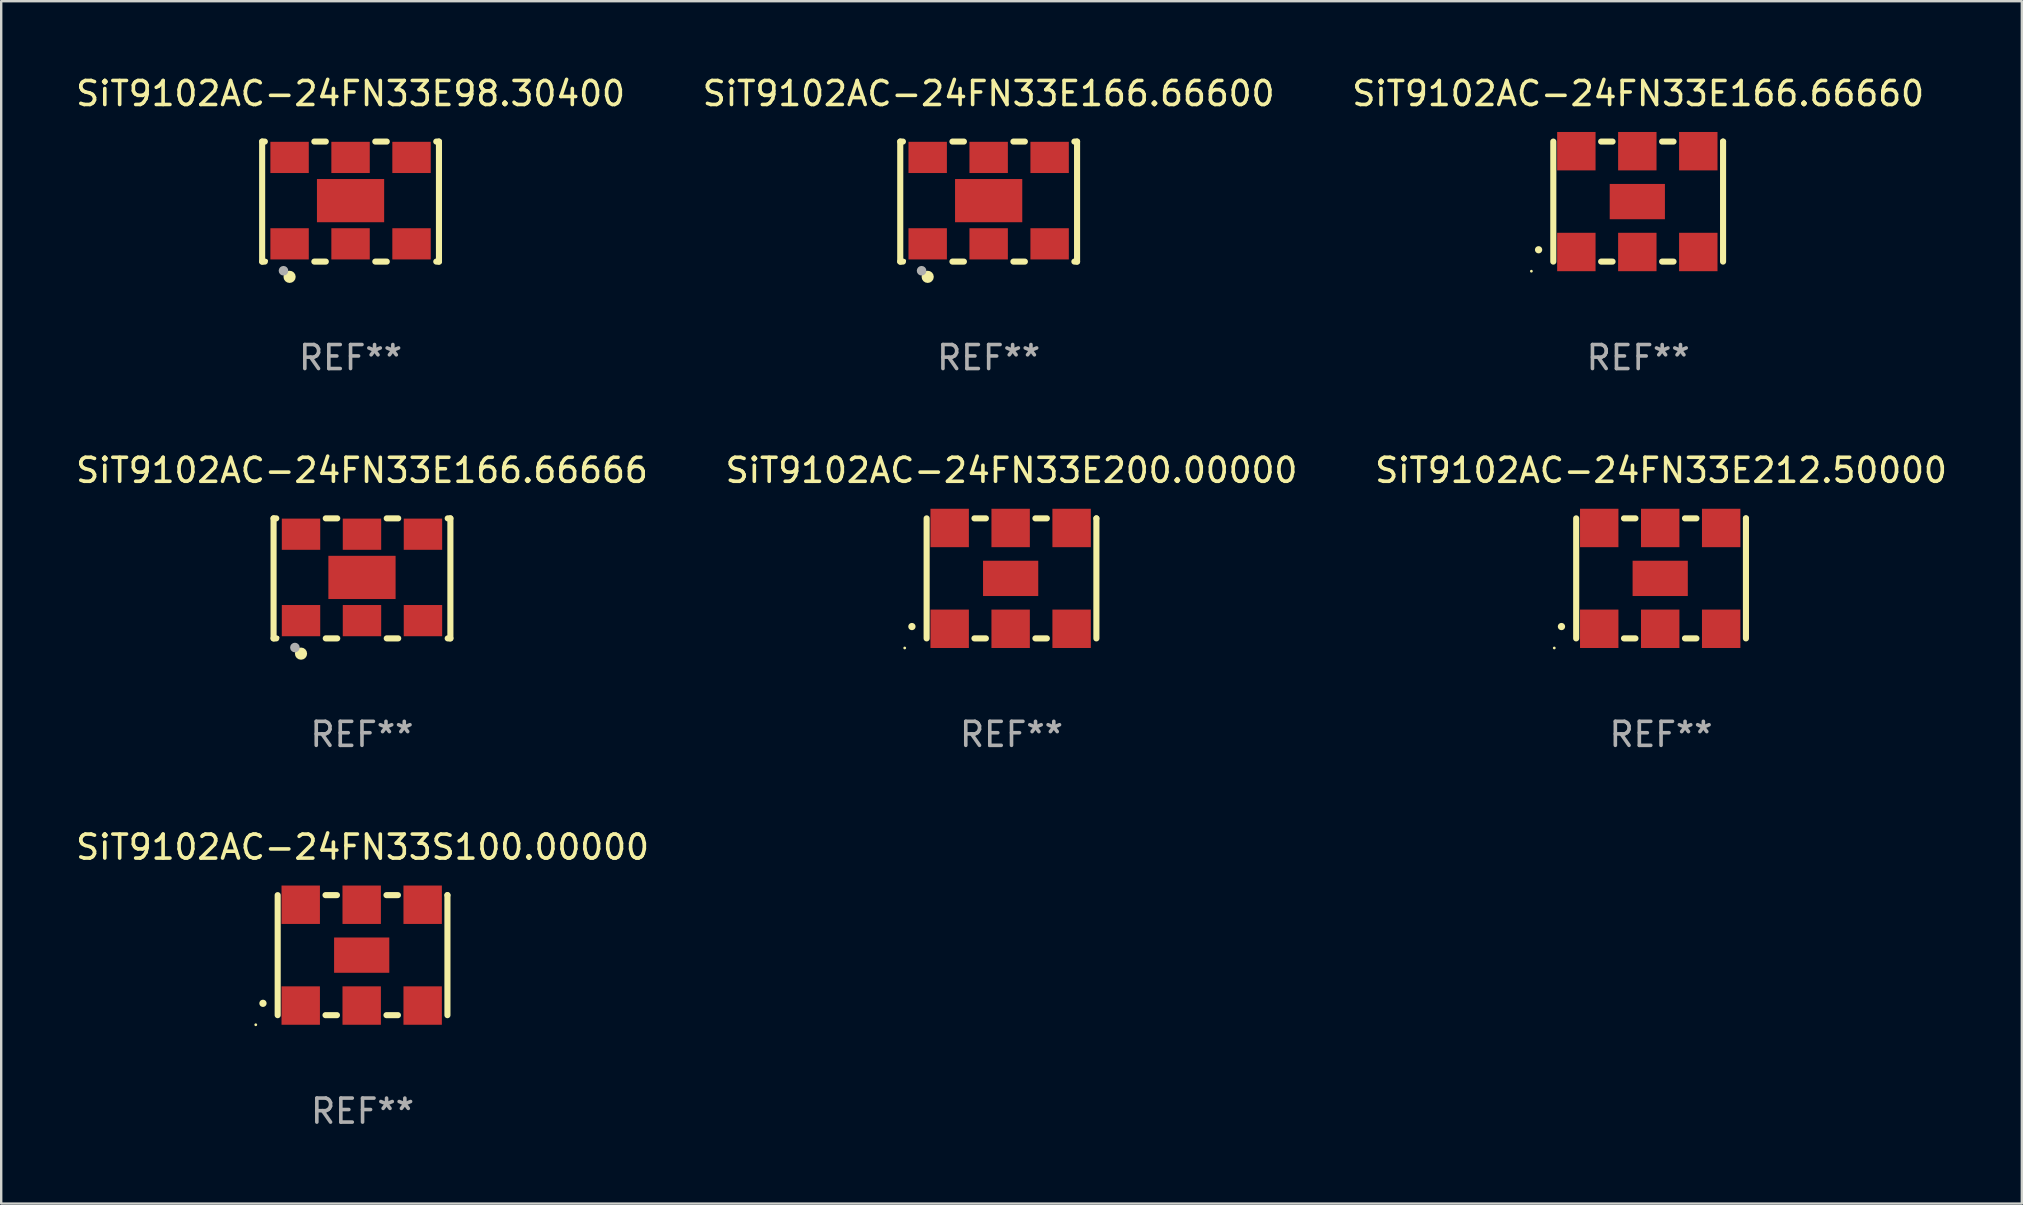
<source format=kicad_pcb>
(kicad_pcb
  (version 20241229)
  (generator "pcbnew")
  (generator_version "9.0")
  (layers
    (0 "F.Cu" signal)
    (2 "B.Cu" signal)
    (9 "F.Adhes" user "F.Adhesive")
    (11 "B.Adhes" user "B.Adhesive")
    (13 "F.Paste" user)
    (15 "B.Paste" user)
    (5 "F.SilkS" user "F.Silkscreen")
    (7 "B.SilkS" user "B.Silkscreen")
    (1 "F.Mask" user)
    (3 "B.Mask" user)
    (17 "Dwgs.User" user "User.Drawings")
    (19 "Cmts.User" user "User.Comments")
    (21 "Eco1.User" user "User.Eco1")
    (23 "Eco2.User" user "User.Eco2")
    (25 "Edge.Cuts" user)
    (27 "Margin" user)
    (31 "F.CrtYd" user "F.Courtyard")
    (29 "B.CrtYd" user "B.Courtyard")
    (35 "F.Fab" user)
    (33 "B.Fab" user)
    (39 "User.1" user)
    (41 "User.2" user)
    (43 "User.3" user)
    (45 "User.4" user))
  (footprint "SiT9102AC-24FN33E166.66660"
    (layer "F.Cu")
    (at 65.196 5.348)
    (property "Reference" "SiT9102AC-24FN33E166.66660" (at 0 -4.5 0) (layer "F.SilkS") (effects (font (size 1 1) (thickness 0.15))))
    (attr through_hole)
    (fp_line (start -3.536 -2.5) (end -3.536 2.5) (stroke (width 0.254) (type solid)) (layer "F.SilkS"))
    (fp_line (start -1.544 2.5) (end -1.067 2.5) (stroke (width 0.254) (type solid)) (layer "F.SilkS"))
    (fp_line (start -1.067 -2.5) (end -1.544 -2.5) (stroke (width 0.254) (type solid)) (layer "F.SilkS"))
    (fp_line (start 0.996 2.5) (end 1.473 2.5) (stroke (width 0.254) (type solid)) (layer "F.SilkS"))
    (fp_line (start 1.473 -2.5) (end 0.996 -2.5) (stroke (width 0.254) (type solid)) (layer "F.SilkS"))
    (fp_line (start 3.536 -2.5) (end 3.536 -2.5) (stroke (width 0.254) (type solid)) (layer "F.SilkS"))
    (fp_line (start 3.536 2.5) (end 3.536 -2.5) (stroke (width 0.254) (type solid)) (layer "F.SilkS"))
    (fp_arc (start -4.150432 2.006604) (mid -4.149162 2.006599) (end -4.147892 2.006604) (stroke (width 0.3) (type solid)) (layer "F.SilkS"))
    (fp_circle (center -4.449 2.9) (end -4.419 2.9) (stroke (width 0.06) (type solid)) (fill no) (layer "F.SilkS"))
    (fp_text user "REF**" (at 0 6.5 0) (layer "F.Fab") (effects (font (size 1 1) (thickness 0.15))))
    (pad "1" smd rect (at -2.576 2.1) (size 1.6 1.6) (layers "F.Cu" "F.Mask" "F.Paste"))
    (pad "2" smd rect (at -0.036 2.1) (size 1.6 1.6) (layers "F.Cu" "F.Mask" "F.Paste"))
    (pad "3" smd rect (at 2.504 2.1) (size 1.6 1.6) (layers "F.Cu" "F.Mask" "F.Paste"))
    (pad "4" smd rect (at 2.504 -2.1) (size 1.6 1.6) (layers "F.Cu" "F.Mask" "F.Paste"))
    (pad "5" smd rect (at -0.036 -2.1) (size 1.6 1.6) (layers "F.Cu" "F.Mask" "F.Paste"))
    (pad "6" smd rect (at -2.576 -2.1) (size 1.6 1.6) (layers "F.Cu" "F.Mask" "F.Paste"))
    (pad "7" smd rect (at -0.036 0) (size 2.3 1.47) (layers "F.Cu" "F.Mask" "F.Paste")))
  (footprint "SiT9102AC-24FN33E98.30400"
    (layer "F.Cu")
    (at 11.554 5.348)
    (property "Reference" "SiT9102AC-24FN33E98.30400" (at 0 -4.5 0) (layer "F.SilkS") (effects (font (size 1 1) (thickness 0.15))))
    (attr through_hole)
    (fp_line (start -3.683 -2.5) (end -3.571 -2.5) (stroke (width 0.254) (type solid)) (layer "F.SilkS"))
    (fp_line (start -3.683 2.5) (end -3.683 -2.5) (stroke (width 0.254) (type solid)) (layer "F.SilkS"))
    (fp_line (start -3.683 2.5) (end -3.571 2.5) (stroke (width 0.254) (type solid)) (layer "F.SilkS"))
    (fp_line (start -1.509 -2.5) (end -1.031 -2.5) (stroke (width 0.254) (type solid)) (layer "F.SilkS"))
    (fp_line (start -1.509 2.5) (end -1.031 2.5) (stroke (width 0.254) (type solid)) (layer "F.SilkS"))
    (fp_line (start 1.031 -2.5) (end 1.509 -2.5) (stroke (width 0.254) (type solid)) (layer "F.SilkS"))
    (fp_line (start 1.031 2.5) (end 1.509 2.5) (stroke (width 0.254) (type solid)) (layer "F.SilkS"))
    (fp_line (start 3.571 -2.5) (end 3.683 -2.5) (stroke (width 0.254) (type solid)) (layer "F.SilkS"))
    (fp_line (start 3.571 2.5) (end 3.683 2.5) (stroke (width 0.254) (type solid)) (layer "F.SilkS"))
    (fp_line (start 3.683 2.5) (end 3.683 -2.5) (stroke (width 0.254) (type solid)) (layer "F.SilkS"))
    (fp_circle (center -3.5 2.46) (end -3.47 2.46) (stroke (width 0.06) (type solid)) (fill no) (layer "F.SilkS"))
    (fp_circle (center -2.54 3.135) (end -2.413 3.135) (stroke (width 0.254) (type solid)) (fill no) (layer "F.SilkS"))
    (fp_circle (center -2.794 2.881) (end -2.694 2.881) (stroke (width 0.2) (type solid)) (fill no) (layer "F.Fab"))
    (fp_text user "REF**" (at 0 6.5 0) (layer "F.Fab") (effects (font (size 1 1) (thickness 0.15))))
    (pad "1" smd rect (at -2.54 1.76) (size 1.6 1.3) (layers "F.Cu" "F.Mask" "F.Paste"))
    (pad "2" smd rect (at 0 1.76) (size 1.6 1.3) (layers "F.Cu" "F.Mask" "F.Paste"))
    (pad "3" smd rect (at 2.54 1.76) (size 1.6 1.3) (layers "F.Cu" "F.Mask" "F.Paste"))
    (pad "4" smd rect (at 2.54 -1.84) (size 1.6 1.3) (layers "F.Cu" "F.Mask" "F.Paste"))
    (pad "5" smd rect (at 0 -1.84) (size 1.6 1.3) (layers "F.Cu" "F.Mask" "F.Paste"))
    (pad "6" smd rect (at -2.54 -1.84) (size 1.6 1.3) (layers "F.Cu" "F.Mask" "F.Paste"))
    (pad "7" smd rect (at 0 -0.04) (size 2.8 1.8) (layers "F.Cu" "F.Mask" "F.Paste")))
  (footprint "SiT9102AC-24FN33E166.66600"
    (layer "F.Cu")
    (at 38.137 5.348)
    (property "Reference" "SiT9102AC-24FN33E166.66600" (at 0 -4.5 0) (layer "F.SilkS") (effects (font (size 1 1) (thickness 0.15))))
    (attr through_hole)
    (fp_line (start -3.683 -2.5) (end -3.571 -2.5) (stroke (width 0.254) (type solid)) (layer "F.SilkS"))
    (fp_line (start -3.683 2.5) (end -3.683 -2.5) (stroke (width 0.254) (type solid)) (layer "F.SilkS"))
    (fp_line (start -3.683 2.5) (end -3.571 2.5) (stroke (width 0.254) (type solid)) (layer "F.SilkS"))
    (fp_line (start -1.509 -2.5) (end -1.031 -2.5) (stroke (width 0.254) (type solid)) (layer "F.SilkS"))
    (fp_line (start -1.509 2.5) (end -1.031 2.5) (stroke (width 0.254) (type solid)) (layer "F.SilkS"))
    (fp_line (start 1.031 -2.5) (end 1.509 -2.5) (stroke (width 0.254) (type solid)) (layer "F.SilkS"))
    (fp_line (start 1.031 2.5) (end 1.509 2.5) (stroke (width 0.254) (type solid)) (layer "F.SilkS"))
    (fp_line (start 3.571 -2.5) (end 3.683 -2.5) (stroke (width 0.254) (type solid)) (layer "F.SilkS"))
    (fp_line (start 3.571 2.5) (end 3.683 2.5) (stroke (width 0.254) (type solid)) (layer "F.SilkS"))
    (fp_line (start 3.683 2.5) (end 3.683 -2.5) (stroke (width 0.254) (type solid)) (layer "F.SilkS"))
    (fp_circle (center -3.5 2.46) (end -3.47 2.46) (stroke (width 0.06) (type solid)) (fill no) (layer "F.SilkS"))
    (fp_circle (center -2.54 3.135) (end -2.413 3.135) (stroke (width 0.254) (type solid)) (fill no) (layer "F.SilkS"))
    (fp_circle (center -2.794 2.881) (end -2.694 2.881) (stroke (width 0.2) (type solid)) (fill no) (layer "F.Fab"))
    (fp_text user "REF**" (at 0 6.5 0) (layer "F.Fab") (effects (font (size 1 1) (thickness 0.15))))
    (pad "1" smd rect (at -2.54 1.76) (size 1.6 1.3) (layers "F.Cu" "F.Mask" "F.Paste"))
    (pad "2" smd rect (at 0 1.76) (size 1.6 1.3) (layers "F.Cu" "F.Mask" "F.Paste"))
    (pad "3" smd rect (at 2.54 1.76) (size 1.6 1.3) (layers "F.Cu" "F.Mask" "F.Paste"))
    (pad "4" smd rect (at 2.54 -1.84) (size 1.6 1.3) (layers "F.Cu" "F.Mask" "F.Paste"))
    (pad "5" smd rect (at 0 -1.84) (size 1.6 1.3) (layers "F.Cu" "F.Mask" "F.Paste"))
    (pad "6" smd rect (at -2.54 -1.84) (size 1.6 1.3) (layers "F.Cu" "F.Mask" "F.Paste"))
    (pad "7" smd rect (at 0 -0.04) (size 2.8 1.8) (layers "F.Cu" "F.Mask" "F.Paste")))
  (footprint "SiT9102AC-24FN33S100.00000"
    (layer "F.Cu")
    (at 12.054 36.741)
    (property "Reference" "SiT9102AC-24FN33S100.00000" (at 0 -4.5 0) (layer "F.SilkS") (effects (font (size 1 1) (thickness 0.15))))
    (attr through_hole)
    (fp_line (start -3.536 -2.5) (end -3.536 2.5) (stroke (width 0.254) (type solid)) (layer "F.SilkS"))
    (fp_line (start -1.544 2.5) (end -1.067 2.5) (stroke (width 0.254) (type solid)) (layer "F.SilkS"))
    (fp_line (start -1.067 -2.5) (end -1.544 -2.5) (stroke (width 0.254) (type solid)) (layer "F.SilkS"))
    (fp_line (start 0.996 2.5) (end 1.473 2.5) (stroke (width 0.254) (type solid)) (layer "F.SilkS"))
    (fp_line (start 1.473 -2.5) (end 0.996 -2.5) (stroke (width 0.254) (type solid)) (layer "F.SilkS"))
    (fp_line (start 3.536 -2.5) (end 3.536 -2.5) (stroke (width 0.254) (type solid)) (layer "F.SilkS"))
    (fp_line (start 3.536 2.5) (end 3.536 -2.5) (stroke (width 0.254) (type solid)) (layer "F.SilkS"))
    (fp_arc (start -4.150432 2.006604) (mid -4.149162 2.006599) (end -4.147892 2.006604) (stroke (width 0.3) (type solid)) (layer "F.SilkS"))
    (fp_circle (center -4.449 2.9) (end -4.419 2.9) (stroke (width 0.06) (type solid)) (fill no) (layer "F.SilkS"))
    (fp_text user "REF**" (at 0 6.5 0) (layer "F.Fab") (effects (font (size 1 1) (thickness 0.15))))
    (pad "1" smd rect (at -2.576 2.1) (size 1.6 1.6) (layers "F.Cu" "F.Mask" "F.Paste"))
    (pad "2" smd rect (at -0.036 2.1) (size 1.6 1.6) (layers "F.Cu" "F.Mask" "F.Paste"))
    (pad "3" smd rect (at 2.504 2.1) (size 1.6 1.6) (layers "F.Cu" "F.Mask" "F.Paste"))
    (pad "4" smd rect (at 2.504 -2.1) (size 1.6 1.6) (layers "F.Cu" "F.Mask" "F.Paste"))
    (pad "5" smd rect (at -0.036 -2.1) (size 1.6 1.6) (layers "F.Cu" "F.Mask" "F.Paste"))
    (pad "6" smd rect (at -2.576 -2.1) (size 1.6 1.6) (layers "F.Cu" "F.Mask" "F.Paste"))
    (pad "7" smd rect (at -0.036 0) (size 2.3 1.47) (layers "F.Cu" "F.Mask" "F.Paste")))
  (footprint "SiT9102AC-24FN33E200.00000"
    (layer "F.Cu")
    (at 39.089 21.045)
    (property "Reference" "SiT9102AC-24FN33E200.00000" (at 0 -4.5 0) (layer "F.SilkS") (effects (font (size 1 1) (thickness 0.15))))
    (attr through_hole)
    (fp_line (start -3.536 -2.5) (end -3.536 2.5) (stroke (width 0.254) (type solid)) (layer "F.SilkS"))
    (fp_line (start -1.544 2.5) (end -1.067 2.5) (stroke (width 0.254) (type solid)) (layer "F.SilkS"))
    (fp_line (start -1.067 -2.5) (end -1.544 -2.5) (stroke (width 0.254) (type solid)) (layer "F.SilkS"))
    (fp_line (start 0.996 2.5) (end 1.473 2.5) (stroke (width 0.254) (type solid)) (layer "F.SilkS"))
    (fp_line (start 1.473 -2.5) (end 0.996 -2.5) (stroke (width 0.254) (type solid)) (layer "F.SilkS"))
    (fp_line (start 3.536 -2.5) (end 3.536 -2.5) (stroke (width 0.254) (type solid)) (layer "F.SilkS"))
    (fp_line (start 3.536 2.5) (end 3.536 -2.5) (stroke (width 0.254) (type solid)) (layer "F.SilkS"))
    (fp_arc (start -4.150432 2.006604) (mid -4.149162 2.006599) (end -4.147892 2.006604) (stroke (width 0.3) (type solid)) (layer "F.SilkS"))
    (fp_circle (center -4.449 2.9) (end -4.419 2.9) (stroke (width 0.06) (type solid)) (fill no) (layer "F.SilkS"))
    (fp_text user "REF**" (at 0 6.5 0) (layer "F.Fab") (effects (font (size 1 1) (thickness 0.15))))
    (pad "1" smd rect (at -2.576 2.1) (size 1.6 1.6) (layers "F.Cu" "F.Mask" "F.Paste"))
    (pad "2" smd rect (at -0.036 2.1) (size 1.6 1.6) (layers "F.Cu" "F.Mask" "F.Paste"))
    (pad "3" smd rect (at 2.504 2.1) (size 1.6 1.6) (layers "F.Cu" "F.Mask" "F.Paste"))
    (pad "4" smd rect (at 2.504 -2.1) (size 1.6 1.6) (layers "F.Cu" "F.Mask" "F.Paste"))
    (pad "5" smd rect (at -0.036 -2.1) (size 1.6 1.6) (layers "F.Cu" "F.Mask" "F.Paste"))
    (pad "6" smd rect (at -2.576 -2.1) (size 1.6 1.6) (layers "F.Cu" "F.Mask" "F.Paste"))
    (pad "7" smd rect (at -0.036 0) (size 2.3 1.47) (layers "F.Cu" "F.Mask" "F.Paste")))
  (footprint "SiT9102AC-24FN33E212.50000"
    (layer "F.Cu")
    (at 66.149 21.045)
    (property "Reference" "SiT9102AC-24FN33E212.50000" (at 0 -4.5 0) (layer "F.SilkS") (effects (font (size 1 1) (thickness 0.15))))
    (attr through_hole)
    (fp_line (start -3.536 -2.5) (end -3.536 2.5) (stroke (width 0.254) (type solid)) (layer "F.SilkS"))
    (fp_line (start -1.544 2.5) (end -1.067 2.5) (stroke (width 0.254) (type solid)) (layer "F.SilkS"))
    (fp_line (start -1.067 -2.5) (end -1.544 -2.5) (stroke (width 0.254) (type solid)) (layer "F.SilkS"))
    (fp_line (start 0.996 2.5) (end 1.473 2.5) (stroke (width 0.254) (type solid)) (layer "F.SilkS"))
    (fp_line (start 1.473 -2.5) (end 0.996 -2.5) (stroke (width 0.254) (type solid)) (layer "F.SilkS"))
    (fp_line (start 3.536 -2.5) (end 3.536 -2.5) (stroke (width 0.254) (type solid)) (layer "F.SilkS"))
    (fp_line (start 3.536 2.5) (end 3.536 -2.5) (stroke (width 0.254) (type solid)) (layer "F.SilkS"))
    (fp_arc (start -4.150432 2.006604) (mid -4.149162 2.006599) (end -4.147892 2.006604) (stroke (width 0.3) (type solid)) (layer "F.SilkS"))
    (fp_circle (center -4.449 2.9) (end -4.419 2.9) (stroke (width 0.06) (type solid)) (fill no) (layer "F.SilkS"))
    (fp_text user "REF**" (at 0 6.5 0) (layer "F.Fab") (effects (font (size 1 1) (thickness 0.15))))
    (pad "1" smd rect (at -2.576 2.1) (size 1.6 1.6) (layers "F.Cu" "F.Mask" "F.Paste"))
    (pad "2" smd rect (at -0.036 2.1) (size 1.6 1.6) (layers "F.Cu" "F.Mask" "F.Paste"))
    (pad "3" smd rect (at 2.504 2.1) (size 1.6 1.6) (layers "F.Cu" "F.Mask" "F.Paste"))
    (pad "4" smd rect (at 2.504 -2.1) (size 1.6 1.6) (layers "F.Cu" "F.Mask" "F.Paste"))
    (pad "5" smd rect (at -0.036 -2.1) (size 1.6 1.6) (layers "F.Cu" "F.Mask" "F.Paste"))
    (pad "6" smd rect (at -2.576 -2.1) (size 1.6 1.6) (layers "F.Cu" "F.Mask" "F.Paste"))
    (pad "7" smd rect (at -0.036 0) (size 2.3 1.47) (layers "F.Cu" "F.Mask" "F.Paste")))
  (footprint "SiT9102AC-24FN33E166.66666"
    (layer "F.Cu")
    (at 12.03 21.045)
    (property "Reference" "SiT9102AC-24FN33E166.66666" (at 0 -4.5 0) (layer "F.SilkS") (effects (font (size 1 1) (thickness 0.15))))
    (attr through_hole)
    (fp_line (start -3.683 -2.5) (end -3.571 -2.5) (stroke (width 0.254) (type solid)) (layer "F.SilkS"))
    (fp_line (start -3.683 2.5) (end -3.683 -2.5) (stroke (width 0.254) (type solid)) (layer "F.SilkS"))
    (fp_line (start -3.683 2.5) (end -3.571 2.5) (stroke (width 0.254) (type solid)) (layer "F.SilkS"))
    (fp_line (start -1.509 -2.5) (end -1.031 -2.5) (stroke (width 0.254) (type solid)) (layer "F.SilkS"))
    (fp_line (start -1.509 2.5) (end -1.031 2.5) (stroke (width 0.254) (type solid)) (layer "F.SilkS"))
    (fp_line (start 1.031 -2.5) (end 1.509 -2.5) (stroke (width 0.254) (type solid)) (layer "F.SilkS"))
    (fp_line (start 1.031 2.5) (end 1.509 2.5) (stroke (width 0.254) (type solid)) (layer "F.SilkS"))
    (fp_line (start 3.571 -2.5) (end 3.683 -2.5) (stroke (width 0.254) (type solid)) (layer "F.SilkS"))
    (fp_line (start 3.571 2.5) (end 3.683 2.5) (stroke (width 0.254) (type solid)) (layer "F.SilkS"))
    (fp_line (start 3.683 2.5) (end 3.683 -2.5) (stroke (width 0.254) (type solid)) (layer "F.SilkS"))
    (fp_circle (center -3.5 2.46) (end -3.47 2.46) (stroke (width 0.06) (type solid)) (fill no) (layer "F.SilkS"))
    (fp_circle (center -2.54 3.135) (end -2.413 3.135) (stroke (width 0.254) (type solid)) (fill no) (layer "F.SilkS"))
    (fp_circle (center -2.794 2.881) (end -2.694 2.881) (stroke (width 0.2) (type solid)) (fill no) (layer "F.Fab"))
    (fp_text user "REF**" (at 0 6.5 0) (layer "F.Fab") (effects (font (size 1 1) (thickness 0.15))))
    (pad "1" smd rect (at -2.54 1.76) (size 1.6 1.3) (layers "F.Cu" "F.Mask" "F.Paste"))
    (pad "2" smd rect (at 0 1.76) (size 1.6 1.3) (layers "F.Cu" "F.Mask" "F.Paste"))
    (pad "3" smd rect (at 2.54 1.76) (size 1.6 1.3) (layers "F.Cu" "F.Mask" "F.Paste"))
    (pad "4" smd rect (at 2.54 -1.84) (size 1.6 1.3) (layers "F.Cu" "F.Mask" "F.Paste"))
    (pad "5" smd rect (at 0 -1.84) (size 1.6 1.3) (layers "F.Cu" "F.Mask" "F.Paste"))
    (pad "6" smd rect (at -2.54 -1.84) (size 1.6 1.3) (layers "F.Cu" "F.Mask" "F.Paste"))
    (pad "7" smd rect (at 0 -0.04) (size 2.8 1.8) (layers "F.Cu" "F.Mask" "F.Paste")))
  (gr_rect
    (start -3 -3)
    (end 81.179 47.09)
    (stroke (width 0.1) (type default))
    (fill no)
    (layer "Edge.Cuts")))
</source>
